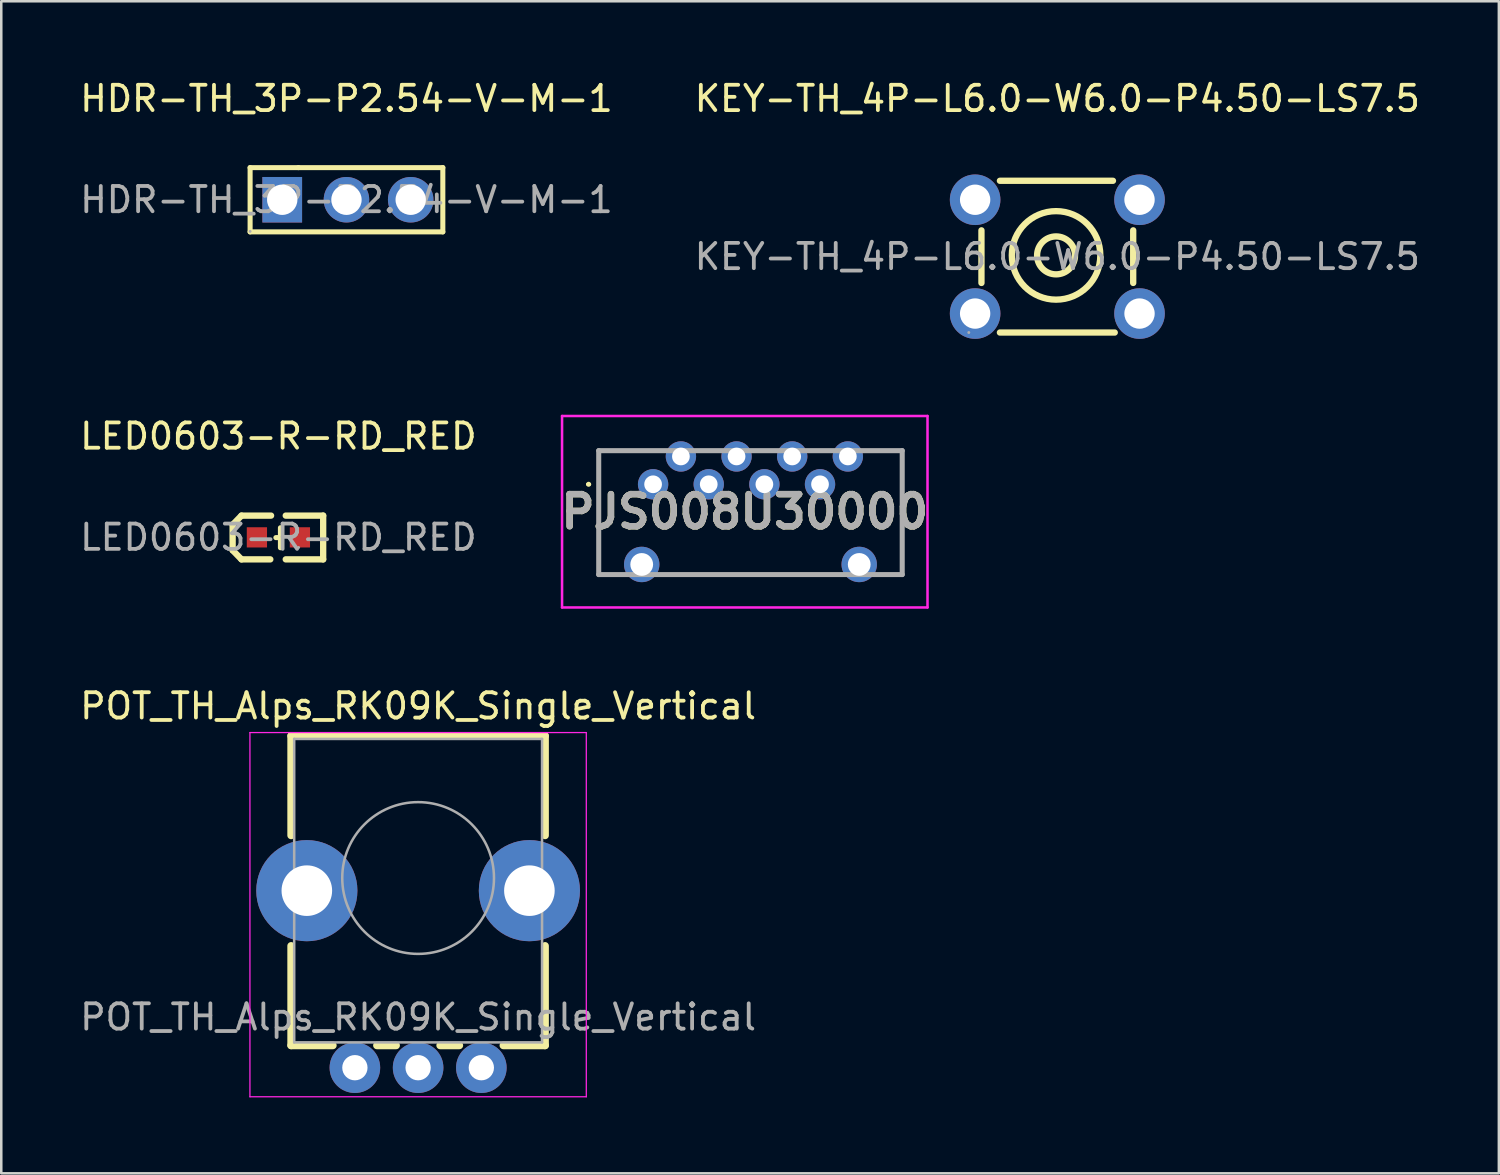
<source format=kicad_pcb>
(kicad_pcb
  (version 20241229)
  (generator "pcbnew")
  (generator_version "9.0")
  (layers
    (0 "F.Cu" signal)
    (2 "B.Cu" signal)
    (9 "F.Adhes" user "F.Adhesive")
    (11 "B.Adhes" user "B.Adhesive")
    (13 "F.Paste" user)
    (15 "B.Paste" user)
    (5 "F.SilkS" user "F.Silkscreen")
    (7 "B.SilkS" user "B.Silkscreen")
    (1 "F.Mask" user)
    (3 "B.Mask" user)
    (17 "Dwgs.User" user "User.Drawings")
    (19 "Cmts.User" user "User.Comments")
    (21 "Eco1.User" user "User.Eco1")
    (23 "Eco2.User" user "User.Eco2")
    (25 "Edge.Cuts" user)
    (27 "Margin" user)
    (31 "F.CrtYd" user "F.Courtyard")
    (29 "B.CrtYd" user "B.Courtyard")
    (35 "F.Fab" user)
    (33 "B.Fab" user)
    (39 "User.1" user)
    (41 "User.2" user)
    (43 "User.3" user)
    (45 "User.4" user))
  (footprint "PJS008U30000"
    (layer "F.Cu")
    (at 26.398 17.218)
    (property "Reference" "PJS008U30000" (at 0 -0.035 0) (layer "F.SilkS") (effects (font (size 1.27 1.27) (thickness 0.254))))
    (attr through_hole)
    (fp_line (start -6.225 -1.12) (end -6.225 -1.12) (stroke (width 0.1) (type solid)) (layer "F.SilkS"))
    (fp_line (start -6.125 -1.12) (end -6.125 -1.12) (stroke (width 0.1) (type solid)) (layer "F.SilkS"))
    (fp_line (start -5.775 -2.45) (end -3.775 -2.45) (stroke (width 0.1) (type solid)) (layer "F.SilkS"))
    (fp_line (start -5.775 2.45) (end -5.775 -2.45) (stroke (width 0.1) (type solid)) (layer "F.SilkS"))
    (fp_line (start -2.775 2.45) (end 2.975 2.45) (stroke (width 0.1) (type solid)) (layer "F.SilkS"))
    (fp_line (start 5.225 -2.45) (end 6.225 -2.45) (stroke (width 0.1) (type solid)) (layer "F.SilkS"))
    (fp_line (start 6.225 -2.45) (end 6.225 2.45) (stroke (width 0.1) (type solid)) (layer "F.SilkS"))
    (fp_arc (start -6.225 -1.12) (mid -6.175 -1.17) (end -6.125 -1.12) (stroke (width 0.1) (type solid)) (layer "F.SilkS"))
    (fp_arc (start -6.125 -1.12) (mid -6.175 -1.07) (end -6.225 -1.12) (stroke (width 0.1) (type solid)) (layer "F.SilkS"))
    (fp_line (start -7.225 -3.82) (end 7.225 -3.82) (stroke (width 0.1) (type solid)) (layer "F.CrtYd"))
    (fp_line (start -7.225 3.75) (end -7.225 -3.82) (stroke (width 0.1) (type solid)) (layer "F.CrtYd"))
    (fp_line (start 7.225 -3.82) (end 7.225 3.75) (stroke (width 0.1) (type solid)) (layer "F.CrtYd"))
    (fp_line (start 7.225 3.75) (end -7.225 3.75) (stroke (width 0.1) (type solid)) (layer "F.CrtYd"))
    (fp_line (start -5.775 -2.45) (end 6.225 -2.45) (stroke (width 0.2) (type solid)) (layer "F.Fab"))
    (fp_line (start -5.775 2.45) (end -5.775 -2.45) (stroke (width 0.2) (type solid)) (layer "F.Fab"))
    (fp_line (start 6.225 -2.45) (end 6.225 2.45) (stroke (width 0.2) (type solid)) (layer "F.Fab"))
    (fp_line (start 6.225 2.45) (end -5.775 2.45) (stroke (width 0.2) (type solid)) (layer "F.Fab"))
    (fp_text user "${REFERENCE}" (at 0 -0.035 0) (layer "F.Fab") (effects (font (size 1.27 1.27) (thickness 0.254))))
    (pad "1" thru_hole circle (at -3.625 -1.12 180) (size 1.2 1.2) (drill 0.7) (layers "*.Cu" "*.Mask"))
    (pad "2" thru_hole circle (at -2.525 -2.22 180) (size 1.2 1.2) (drill 0.7) (layers "*.Cu" "*.Mask"))
    (pad "3" thru_hole circle (at -1.425 -1.12 180) (size 1.2 1.2) (drill 0.7) (layers "*.Cu" "*.Mask"))
    (pad "4" thru_hole circle (at -0.325 -2.22 180) (size 1.2 1.2) (drill 0.7) (layers "*.Cu" "*.Mask"))
    (pad "5" thru_hole circle (at 0.775 -1.12 180) (size 1.2 1.2) (drill 0.7) (layers "*.Cu" "*.Mask"))
    (pad "6" thru_hole circle (at 1.875 -2.22 180) (size 1.2 1.2) (drill 0.7) (layers "*.Cu" "*.Mask"))
    (pad "7" thru_hole circle (at 2.975 -1.12 180) (size 1.2 1.2) (drill 0.7) (layers "*.Cu" "*.Mask"))
    (pad "8" thru_hole circle (at 4.075 -2.22 180) (size 1.2 1.2) (drill 0.7) (layers "*.Cu" "*.Mask"))
    (pad "MH1" thru_hole circle (at -4.075 2.05 180) (size 1.4 1.4) (drill 0.9) (layers "*.Cu" "*.Mask"))
    (pad "MH2" thru_hole circle (at 4.525 2.05 180) (size 1.4 1.4) (drill 0.9) (layers "*.Cu" "*.Mask")))
  (footprint "POT_TH_Alps_RK09K_Single_Vertical"
    (layer "F.Cu")
    (at 13.482 31.666)
    (property "Reference" "POT_TH_Alps_RK09K_Single_Vertical" (at 0 -6.8 0) (layer "F.SilkS") (effects (font (size 1 1) (thickness 0.15))))
    (attr through_hole)
    (fp_line (start -5.021 -5.62) (end -5.021 -1.684) (stroke (width 0.3) (type solid)) (layer "F.SilkS"))
    (fp_line (start -5.021 2.683) (end -5.021 6.62) (stroke (width 0.3) (type solid)) (layer "F.SilkS"))
    (fp_line (start -3.371 6.62) (end -5.021 6.62) (stroke (width 0.3) (type solid)) (layer "F.SilkS"))
    (fp_line (start -0.87 6.62) (end -1.629 6.62) (stroke (width 0.3) (type solid)) (layer "F.SilkS"))
    (fp_line (start 1.63 6.62) (end 0.871 6.62) (stroke (width 0.3) (type solid)) (layer "F.SilkS"))
    (fp_line (start 5.02 -5.62) (end -5.021 -5.62) (stroke (width 0.3) (type solid)) (layer "F.SilkS"))
    (fp_line (start 5.02 -5.62) (end 5.02 -1.684) (stroke (width 0.3) (type solid)) (layer "F.SilkS"))
    (fp_line (start 5.02 2.683) (end 5.02 6.62) (stroke (width 0.3) (type solid)) (layer "F.SilkS"))
    (fp_line (start 5.02 6.62) (end 3.37 6.62) (stroke (width 0.3) (type solid)) (layer "F.SilkS"))
    (fp_line (start -6.65 -5.75) (end 6.65 -5.75) (stroke (width 0.05) (type solid)) (layer "F.CrtYd"))
    (fp_line (start -6.65 8.65) (end -6.65 -5.75) (stroke (width 0.05) (type solid)) (layer "F.CrtYd"))
    (fp_line (start 6.65 -5.75) (end 6.65 8.65) (stroke (width 0.05) (type solid)) (layer "F.CrtYd"))
    (fp_line (start 6.65 8.65) (end -6.65 8.65) (stroke (width 0.05) (type solid)) (layer "F.CrtYd"))
    (fp_line (start -4.9 -5.5) (end 4.9 -5.5) (stroke (width 0.1) (type solid)) (layer "F.Fab"))
    (fp_line (start -4.9 6.5) (end -4.9 -5.5) (stroke (width 0.1) (type solid)) (layer "F.Fab"))
    (fp_line (start 4.9 -5.5) (end 4.9 6.5) (stroke (width 0.1) (type solid)) (layer "F.Fab"))
    (fp_line (start 4.9 6.5) (end -4.9 6.5) (stroke (width 0.1) (type solid)) (layer "F.Fab"))
    (fp_circle (center 0 0) (end 3 0) (stroke (width 0.1) (type solid)) (fill no) (layer "F.Fab"))
    (fp_text user "${REFERENCE}" (at 0 5.5 0) (layer "F.Fab") (effects (font (size 1 1) (thickness 0.15))))
    (pad "1" thru_hole circle (at 2.5 7.5 90) (size 2 2) (drill 1) (layers "*.Cu" "*.Mask"))
    (pad "2" thru_hole circle (at 0 7.5) (size 2 2) (drill 1) (layers "*.Cu" "*.Mask"))
    (pad "3" thru_hole circle (at -2.5 7.5 90) (size 2 2) (drill 1) (layers "*.Cu" "*.Mask"))
    (pad "4" thru_hole circle (at -4.4 0.5 90) (size 4 4) (drill 2) (layers "*.Cu" "*.Mask"))
    (pad "5" thru_hole circle (at 4.4 0.5 90) (size 4 4) (drill 2) (layers "*.Cu" "*.Mask")))
  (footprint "LED0603-R-RD_RED"
    (layer "F.Cu")
    (at 7.958 18.197)
    (property "Reference" "LED0603-R-RD_RED" (at 0 -4 0) (layer "F.SilkS") (effects (font (size 1 1) (thickness 0.15))))
    (attr smd)
    (fp_line (start -1.81 -0.5) (end -1.46 -0.86) (stroke (width 0.25) (type solid)) (layer "F.SilkS"))
    (fp_line (start -1.81 0.51) (end -1.81 -0.5) (stroke (width 0.25) (type solid)) (layer "F.SilkS"))
    (fp_line (start -1.46 0.87) (end -1.81 0.51) (stroke (width 0.25) (type solid)) (layer "F.SilkS"))
    (fp_line (start -0.32 0.87) (end -1.46 0.87) (stroke (width 0.25) (type solid)) (layer "F.SilkS"))
    (fp_line (start -0.29 -0.86) (end -1.46 -0.86) (stroke (width 0.25) (type solid)) (layer "F.SilkS"))
    (fp_line (start 0.08 0.01) (end -0.1 0.01) (stroke (width 0.2) (type solid)) (layer "F.SilkS"))
    (fp_line (start 0.08 0.41) (end 0.08 -0.38) (stroke (width 0.2) (type solid)) (layer "F.SilkS"))
    (fp_line (start 1.77 -0.86) (end 0.29 -0.86) (stroke (width 0.25) (type solid)) (layer "F.SilkS"))
    (fp_line (start 1.77 0.87) (end 0.29 0.87) (stroke (width 0.25) (type solid)) (layer "F.SilkS"))
    (fp_line (start 1.77 0.87) (end 1.77 -0.86) (stroke (width 0.25) (type solid)) (layer "F.SilkS"))
    (fp_circle (center 0.8 0.4) (end 0.83 0.4) (stroke (width 0.06) (type solid)) (fill no) (layer "F.Fab"))
    (fp_text user "${REFERENCE}" (at 0 0 0) (layer "F.Fab") (effects (font (size 1 1) (thickness 0.15))))
    (pad "1" smd rect (at 0.85 0 270) (size 0.8 0.8) (layers "F.Cu" "F.Mask" "F.Paste"))
    (pad "2" smd rect (at -0.85 0 270) (size 0.8 0.8) (layers "F.Cu" "F.Mask" "F.Paste")))
  (footprint "KEY-TH_4P-L6.0-W6.0-P4.50-LS7.5"
    (layer "F.Cu")
    (at 38.756 7.098)
    (property "Reference" "KEY-TH_4P-L6.0-W6.0-P4.50-LS7.5" (at 0 -6.25 0) (layer "F.SilkS") (effects (font (size 1 1) (thickness 0.15))))
    (attr through_hole)
    (fp_line (start -3 -1.04) (end -3 1.04) (stroke (width 0.25) (type solid)) (layer "F.SilkS"))
    (fp_line (start -2.27 -3) (end 2.2 -3) (stroke (width 0.25) (type solid)) (layer "F.SilkS"))
    (fp_line (start -2.27 3) (end 2.27 3) (stroke (width 0.25) (type solid)) (layer "F.SilkS"))
    (fp_line (start 3 -1.04) (end 3 1.04) (stroke (width 0.25) (type solid)) (layer "F.SilkS"))
    (fp_circle (center -0.05 -0.05) (end 0.7 -0.05) (stroke (width 0.25) (type solid)) (fill no) (layer "F.SilkS"))
    (fp_circle (center -0.05 -0.05) (end 1.7 -0.05) (stroke (width 0.25) (type solid)) (fill no) (layer "F.SilkS"))
    (fp_circle (center -3.5 3) (end -3.47 3) (stroke (width 0.06) (type solid)) (fill no) (layer "F.Fab"))
    (fp_text user "${REFERENCE}" (at 0 0 0) (layer "F.Fab") (effects (font (size 1 1) (thickness 0.15))))
    (pad "1" thru_hole circle (at -3.25 2.25 180) (size 2 2) (drill 1.2) (layers "*.Cu" "*.Mask"))
    (pad "2" thru_hole circle (at 3.25 2.25 180) (size 2 2) (drill 1.2) (layers "*.Cu" "*.Mask"))
    (pad "3" thru_hole circle (at 3.25 -2.25 180) (size 2 2) (drill 1.2) (layers "*.Cu" "*.Mask"))
    (pad "4" thru_hole circle (at -3.25 -2.25 180) (size 2 2) (drill 1.2) (layers "*.Cu" "*.Mask")))
  (footprint "HDR-TH_3P-P2.54-V-M-1"
    (layer "F.Cu")
    (at 10.649 4.848)
    (property "Reference" "HDR-TH_3P-P2.54-V-M-1" (at 0 -4 0) (layer "F.SilkS") (effects (font (size 1 1) (thickness 0.15))))
    (attr through_hole)
    (fp_line (start -3.81 -1.27) (end -3.81 1.27) (stroke (width 0.2) (type solid)) (layer "F.SilkS"))
    (fp_line (start -3.81 1.27) (end 3.81 1.27) (stroke (width 0.2) (type solid)) (layer "F.SilkS"))
    (fp_line (start -1.9 -1.27) (end -3.81 -1.27) (stroke (width 0.2) (type solid)) (layer "F.SilkS"))
    (fp_line (start 3.81 -1.27) (end -1.9 -1.27) (stroke (width 0.2) (type solid)) (layer "F.SilkS"))
    (fp_line (start 3.81 1.27) (end 3.81 -1.27) (stroke (width 0.2) (type solid)) (layer "F.SilkS"))
    (fp_circle (center -3.81 1.25) (end -3.78 1.25) (stroke (width 0.06) (type solid)) (fill no) (layer "F.Fab"))
    (fp_text user "${REFERENCE}" (at 0 0 0) (layer "F.Fab") (effects (font (size 1 1) (thickness 0.15))))
    (pad "1" thru_hole rect (at -2.54 0) (size 1.57 1.8) (drill 1.2) (layers "*.Cu" "*.Mask"))
    (pad "2" thru_hole circle (at 0 0) (size 1.8 1.8) (drill 1.2) (layers "*.Cu" "*.Mask"))
    (pad "3" thru_hole circle (at 2.54 0) (size 1.8 1.8) (drill 1.2) (layers "*.Cu" "*.Mask")))
  (gr_rect
    (start -3 -3)
    (end 56.214 43.342)
    (stroke (width 0.1) (type default))
    (fill no)
    (layer "Edge.Cuts")))
</source>
